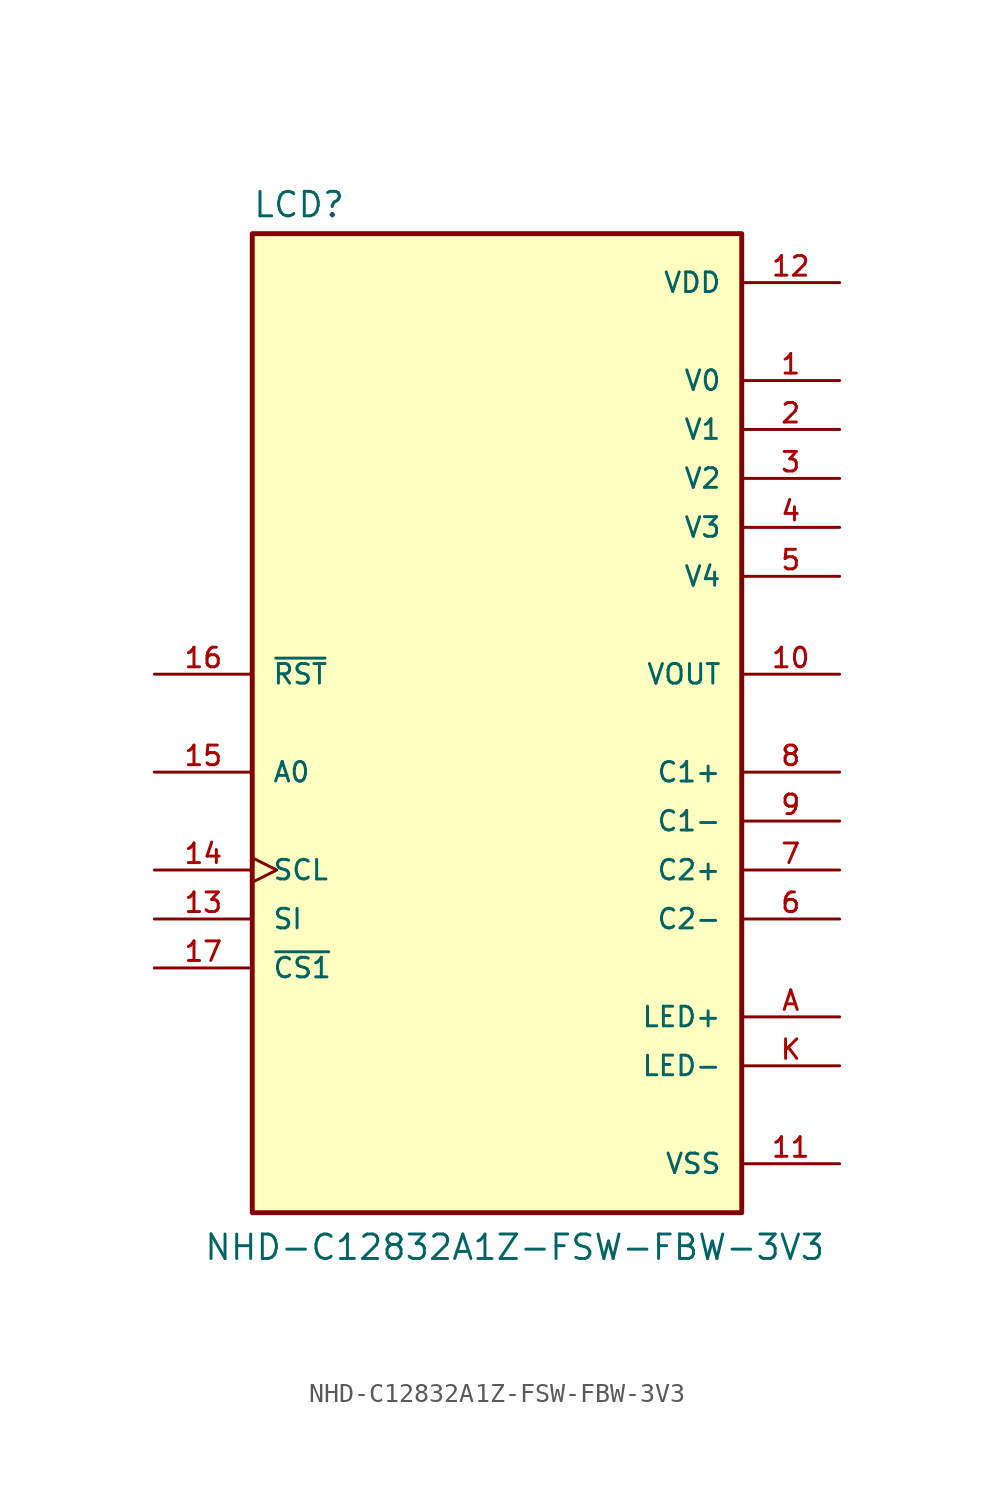
<source format=kicad_sym>
(kicad_symbol_lib
  (version 20231120)
  (generator "kicad_symbol_editor")
  (generator_version "8.0")
  (symbol "NHD-C12832A1Z-FSW-FBW-3V3"
    (pin_names
      (offset 1.016))
    (property "Reference" "LCD"
      (at -12.7 26.162 0)
      (effects (font (size 1.27 1.27)) (justify left bottom)))
    (property "Value" "NHD-C12832A1Z-FSW-FBW-3V3"
      (at -15.24 -27.94 0)
      (effects (font (size 1.27 1.27)) (justify left bottom)))
    (symbol "NHD-C12832A1Z-FSW-FBW-3V3_0_0"
      (rectangle (start -12.7 -25.4) (end 12.7 25.4) (stroke (width 0.254) (type default)) (fill (type background)))
      (pin power_in line (at 17.78 17.78 180) (length 5.08) (name "V0" (effects (font (size 1.016 1.016)))) (number "1" (effects (font (size 1.016 1.016)))))
      (pin output line (at 17.78 2.54 180) (length 5.08) (name "VOUT" (effects (font (size 1.016 1.016)))) (number "10" (effects (font (size 1.016 1.016)))))
      (pin power_in line (at 17.78 -22.86 180) (length 5.08) (name "VSS" (effects (font (size 1.016 1.016)))) (number "11" (effects (font (size 1.016 1.016)))))
      (pin power_in line (at 17.78 22.86 180) (length 5.08) (name "VDD" (effects (font (size 1.016 1.016)))) (number "12" (effects (font (size 1.016 1.016)))))
      (pin bidirectional line (at -17.78 -10.16 0) (length 5.08) (name "SI" (effects (font (size 1.016 1.016)))) (number "13" (effects (font (size 1.016 1.016)))))
      (pin input clock (at -17.78 -7.62 0) (length 5.08) (name "SCL" (effects (font (size 1.016 1.016)))) (number "14" (effects (font (size 1.016 1.016)))))
      (pin input line (at -17.78 -2.54 0) (length 5.08) (name "A0" (effects (font (size 1.016 1.016)))) (number "15" (effects (font (size 1.016 1.016)))))
      (pin input line (at -17.78 2.54 0) (length 5.08) (name "~{RST}" (effects (font (size 1.016 1.016)))) (number "16" (effects (font (size 1.016 1.016)))))
      (pin input line (at -17.78 -12.7 0) (length 5.08) (name "~{CS1}" (effects (font (size 1.016 1.016)))) (number "17" (effects (font (size 1.016 1.016)))))
      (pin power_in line (at 17.78 15.24 180) (length 5.08) (name "V1" (effects (font (size 1.016 1.016)))) (number "2" (effects (font (size 1.016 1.016)))))
      (pin power_in line (at 17.78 12.7 180) (length 5.08) (name "V2" (effects (font (size 1.016 1.016)))) (number "3" (effects (font (size 1.016 1.016)))))
      (pin power_in line (at 17.78 10.16 180) (length 5.08) (name "V3" (effects (font (size 1.016 1.016)))) (number "4" (effects (font (size 1.016 1.016)))))
      (pin power_in line (at 17.78 7.62 180) (length 5.08) (name "V4" (effects (font (size 1.016 1.016)))) (number "5" (effects (font (size 1.016 1.016)))))
      (pin passive line (at 17.78 -10.16 180) (length 5.08) (name "C2-" (effects (font (size 1.016 1.016)))) (number "6" (effects (font (size 1.016 1.016)))))
      (pin passive line (at 17.78 -7.62 180) (length 5.08) (name "C2+" (effects (font (size 1.016 1.016)))) (number "7" (effects (font (size 1.016 1.016)))))
      (pin passive line (at 17.78 -2.54 180) (length 5.08) (name "C1+" (effects (font (size 1.016 1.016)))) (number "8" (effects (font (size 1.016 1.016)))))
      (pin passive line (at 17.78 -5.08 180) (length 5.08) (name "C1-" (effects (font (size 1.016 1.016)))) (number "9" (effects (font (size 1.016 1.016)))))
      (pin passive line (at 17.78 -15.24 180) (length 5.08) (name "LED+" (effects (font (size 1.016 1.016)))) (number "A" (effects (font (size 1.016 1.016)))))
      (pin passive line (at 17.78 -17.78 180) (length 5.08) (name "LED-" (effects (font (size 1.016 1.016)))) (number "K" (effects (font (size 1.016 1.016))))))))
</source>
